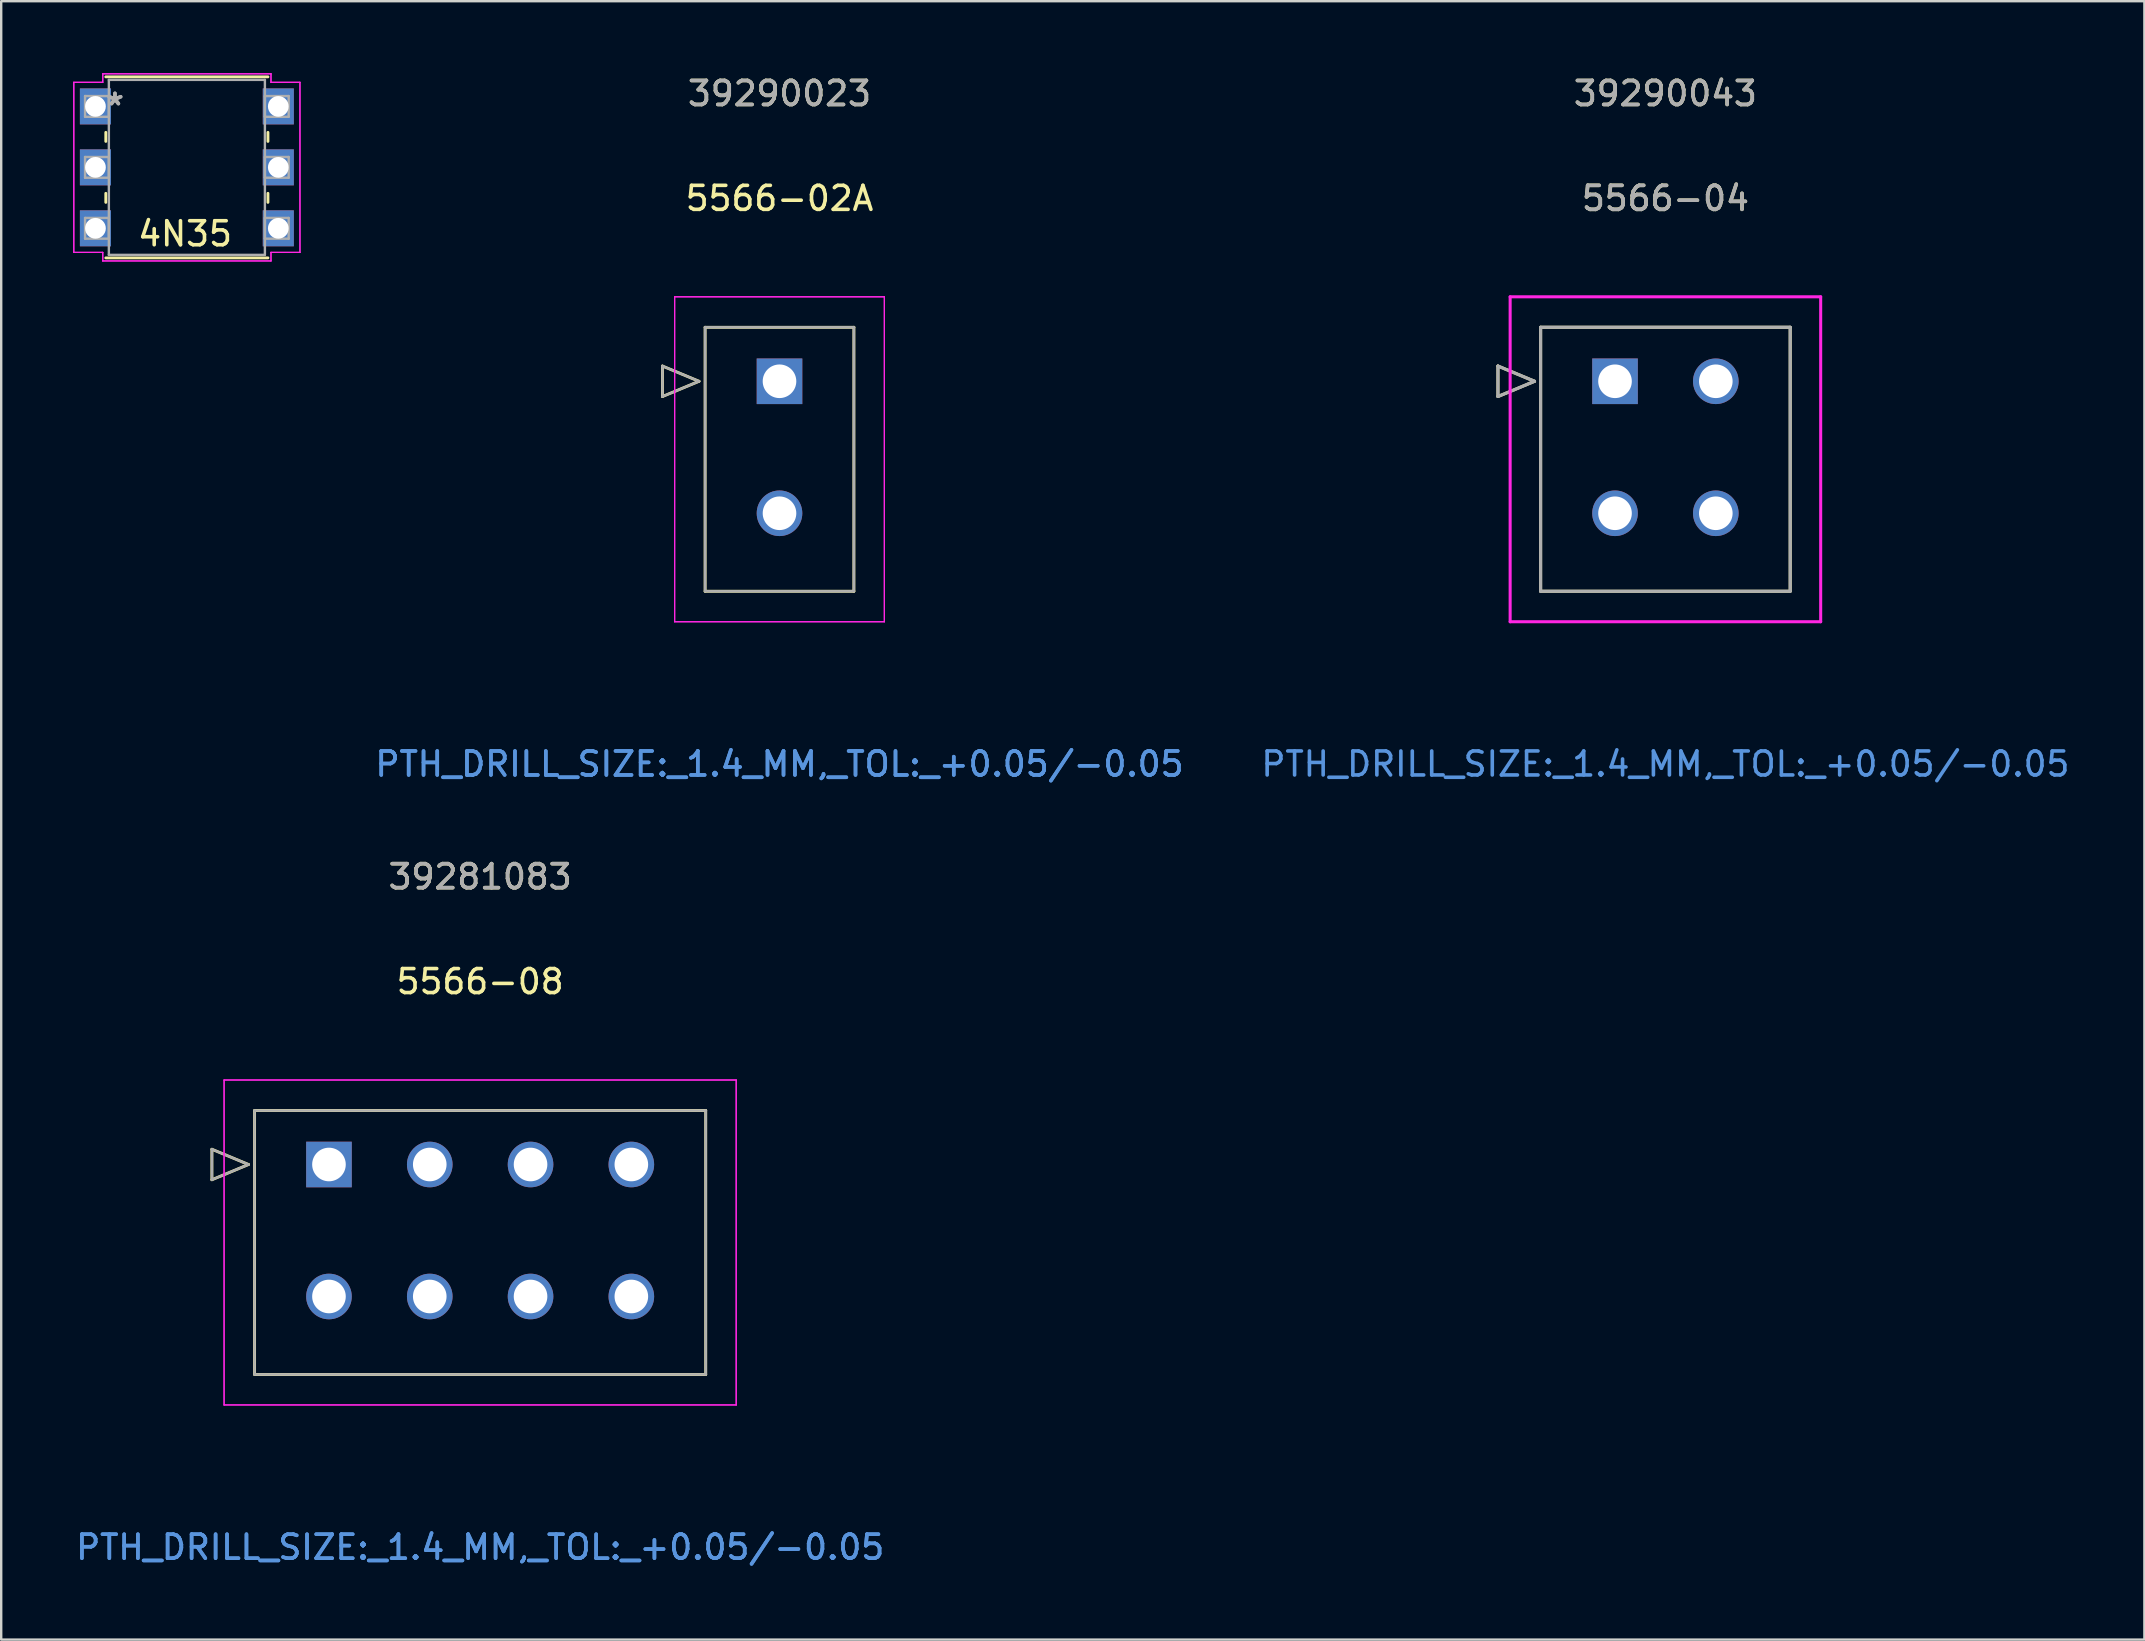
<source format=kicad_pcb>
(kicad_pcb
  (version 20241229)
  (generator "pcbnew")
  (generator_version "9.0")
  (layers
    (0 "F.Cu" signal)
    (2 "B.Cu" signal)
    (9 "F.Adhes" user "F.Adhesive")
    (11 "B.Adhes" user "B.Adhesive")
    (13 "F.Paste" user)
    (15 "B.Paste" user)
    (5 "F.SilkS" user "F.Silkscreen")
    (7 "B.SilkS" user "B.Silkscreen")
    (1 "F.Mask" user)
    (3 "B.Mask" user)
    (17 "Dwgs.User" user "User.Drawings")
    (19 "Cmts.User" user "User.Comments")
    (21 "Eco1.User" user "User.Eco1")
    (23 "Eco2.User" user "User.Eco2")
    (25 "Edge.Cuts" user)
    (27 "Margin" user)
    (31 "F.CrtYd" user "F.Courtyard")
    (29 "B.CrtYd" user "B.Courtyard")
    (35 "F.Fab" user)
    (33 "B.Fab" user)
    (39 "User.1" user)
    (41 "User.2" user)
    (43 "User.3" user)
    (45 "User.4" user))
  (footprint "4N35"
    (layer "F.Cu")
    (at 0.927 1.384)
    (property "Reference" "4N35" (at 3.734 5.309 0) (layer "F.SilkS") (effects (font (size 1 1) (thickness 0.15))))
    (attr through_hole)
    (fp_line (start 0.432 1.082) (end 0.432 1.458) (stroke (width 0.12) (type solid)) (layer "F.SilkS"))
    (fp_line (start 0.432 3.622) (end 0.432 3.998) (stroke (width 0.12) (type solid)) (layer "F.SilkS"))
    (fp_line (start 0.432 6.312) (end 7.188 6.312) (stroke (width 0.12) (type solid)) (layer "F.SilkS"))
    (fp_line (start 7.188 -1.232) (end 0.432 -1.232) (stroke (width 0.12) (type solid)) (layer "F.SilkS"))
    (fp_line (start 7.188 1.458) (end 7.188 1.082) (stroke (width 0.12) (type solid)) (layer "F.SilkS"))
    (fp_line (start 7.188 3.998) (end 7.188 3.622) (stroke (width 0.12) (type solid)) (layer "F.SilkS"))
    (fp_line (start -0.902 -1.003) (end -0.902 6.083) (stroke (width 0.05) (type solid)) (layer "F.CrtYd"))
    (fp_line (start -0.902 -1.003) (end 0.305 -1.003) (stroke (width 0.05) (type solid)) (layer "F.CrtYd"))
    (fp_line (start -0.902 6.083) (end -0.902 -1.003) (stroke (width 0.05) (type solid)) (layer "F.CrtYd"))
    (fp_line (start -0.902 6.083) (end 0.305 6.083) (stroke (width 0.05) (type solid)) (layer "F.CrtYd"))
    (fp_line (start 0.305 -1.359) (end 0.305 -1.003) (stroke (width 0.05) (type solid)) (layer "F.CrtYd"))
    (fp_line (start 0.305 -1.359) (end 7.315 -1.359) (stroke (width 0.05) (type solid)) (layer "F.CrtYd"))
    (fp_line (start 0.305 -1.003) (end -0.902 -1.003) (stroke (width 0.05) (type solid)) (layer "F.CrtYd"))
    (fp_line (start 0.305 -1.003) (end 0.305 -1.359) (stroke (width 0.05) (type solid)) (layer "F.CrtYd"))
    (fp_line (start 0.305 6.083) (end -0.902 6.083) (stroke (width 0.05) (type solid)) (layer "F.CrtYd"))
    (fp_line (start 0.305 6.083) (end 0.305 6.439) (stroke (width 0.05) (type solid)) (layer "F.CrtYd"))
    (fp_line (start 0.305 6.439) (end 0.305 6.083) (stroke (width 0.05) (type solid)) (layer "F.CrtYd"))
    (fp_line (start 0.305 6.439) (end 7.315 6.439) (stroke (width 0.05) (type solid)) (layer "F.CrtYd"))
    (fp_line (start 7.315 -1.359) (end 0.305 -1.359) (stroke (width 0.05) (type solid)) (layer "F.CrtYd"))
    (fp_line (start 7.315 -1.359) (end 7.315 -1.003) (stroke (width 0.05) (type solid)) (layer "F.CrtYd"))
    (fp_line (start 7.315 -1.003) (end 7.315 -1.359) (stroke (width 0.05) (type solid)) (layer "F.CrtYd"))
    (fp_line (start 7.315 6.083) (end 7.315 6.439) (stroke (width 0.05) (type solid)) (layer "F.CrtYd"))
    (fp_line (start 7.315 6.083) (end 8.522 6.083) (stroke (width 0.05) (type solid)) (layer "F.CrtYd"))
    (fp_line (start 7.315 6.439) (end 0.305 6.439) (stroke (width 0.05) (type solid)) (layer "F.CrtYd"))
    (fp_line (start 7.315 6.439) (end 7.315 6.083) (stroke (width 0.05) (type solid)) (layer "F.CrtYd"))
    (fp_line (start 8.522 -1.003) (end 7.315 -1.003) (stroke (width 0.05) (type solid)) (layer "F.CrtYd"))
    (fp_line (start 8.522 -1.003) (end 7.315 -1.003) (stroke (width 0.05) (type solid)) (layer "F.CrtYd"))
    (fp_line (start 8.522 -1.003) (end 8.522 6.083) (stroke (width 0.05) (type solid)) (layer "F.CrtYd"))
    (fp_line (start 8.522 6.083) (end 7.315 6.083) (stroke (width 0.05) (type solid)) (layer "F.CrtYd"))
    (fp_line (start 8.522 6.083) (end 8.522 -1.003) (stroke (width 0.05) (type solid)) (layer "F.CrtYd"))
    (fp_line (start -0.432 -0.432) (end -0.432 0.432) (stroke (width 0.1) (type solid)) (layer "F.Fab"))
    (fp_line (start -0.432 0.432) (end 0.559 0.432) (stroke (width 0.1) (type solid)) (layer "F.Fab"))
    (fp_line (start -0.432 2.108) (end -0.432 2.972) (stroke (width 0.1) (type solid)) (layer "F.Fab"))
    (fp_line (start -0.432 2.972) (end 0.559 2.972) (stroke (width 0.1) (type solid)) (layer "F.Fab"))
    (fp_line (start -0.432 4.648) (end -0.432 5.512) (stroke (width 0.1) (type solid)) (layer "F.Fab"))
    (fp_line (start -0.432 5.512) (end 0.559 5.512) (stroke (width 0.1) (type solid)) (layer "F.Fab"))
    (fp_line (start 0.559 -1.105) (end 0.559 6.185) (stroke (width 0.1) (type solid)) (layer "F.Fab"))
    (fp_line (start 0.559 -0.432) (end -0.432 -0.432) (stroke (width 0.1) (type solid)) (layer "F.Fab"))
    (fp_line (start 0.559 0.432) (end 0.559 -0.432) (stroke (width 0.1) (type solid)) (layer "F.Fab"))
    (fp_line (start 0.559 2.108) (end -0.432 2.108) (stroke (width 0.1) (type solid)) (layer "F.Fab"))
    (fp_line (start 0.559 2.972) (end 0.559 2.108) (stroke (width 0.1) (type solid)) (layer "F.Fab"))
    (fp_line (start 0.559 4.648) (end -0.432 4.648) (stroke (width 0.1) (type solid)) (layer "F.Fab"))
    (fp_line (start 0.559 5.512) (end 0.559 4.648) (stroke (width 0.1) (type solid)) (layer "F.Fab"))
    (fp_line (start 0.559 6.185) (end 7.061 6.185) (stroke (width 0.1) (type solid)) (layer "F.Fab"))
    (fp_line (start 7.061 -1.105) (end 0.559 -1.105) (stroke (width 0.1) (type solid)) (layer "F.Fab"))
    (fp_line (start 7.061 -0.432) (end 7.061 0.432) (stroke (width 0.1) (type solid)) (layer "F.Fab"))
    (fp_line (start 7.061 0.432) (end 8.052 0.432) (stroke (width 0.1) (type solid)) (layer "F.Fab"))
    (fp_line (start 7.061 2.108) (end 7.061 2.972) (stroke (width 0.1) (type solid)) (layer "F.Fab"))
    (fp_line (start 7.061 2.972) (end 8.052 2.972) (stroke (width 0.1) (type solid)) (layer "F.Fab"))
    (fp_line (start 7.061 4.648) (end 7.061 5.512) (stroke (width 0.1) (type solid)) (layer "F.Fab"))
    (fp_line (start 7.061 5.512) (end 8.052 5.512) (stroke (width 0.1) (type solid)) (layer "F.Fab"))
    (fp_line (start 7.061 6.185) (end 7.061 -1.105) (stroke (width 0.1) (type solid)) (layer "F.Fab"))
    (fp_line (start 8.052 -0.432) (end 7.061 -0.432) (stroke (width 0.1) (type solid)) (layer "F.Fab"))
    (fp_line (start 8.052 0.432) (end 8.052 -0.432) (stroke (width 0.1) (type solid)) (layer "F.Fab"))
    (fp_line (start 8.052 2.108) (end 7.061 2.108) (stroke (width 0.1) (type solid)) (layer "F.Fab"))
    (fp_line (start 8.052 2.972) (end 8.052 2.108) (stroke (width 0.1) (type solid)) (layer "F.Fab"))
    (fp_line (start 8.052 4.648) (end 7.061 4.648) (stroke (width 0.1) (type solid)) (layer "F.Fab"))
    (fp_line (start 8.052 5.512) (end 8.052 4.648) (stroke (width 0.1) (type solid)) (layer "F.Fab"))
    (fp_text user "*" (at 0.813 0 0) (layer "F.Fab") (effects (font (size 1 1) (thickness 0.15))))
    (fp_text user "*" (at 0.813 0 0) (layer "F.Fab") (effects (font (size 1 1) (thickness 0.15))))
    (pad "1" thru_hole rect (at 0 0) (size 1.295 1.499) (drill 0.864) (layers "*.Cu" "*.Mask"))
    (pad "2" thru_hole rect (at 0 2.54) (size 1.295 1.499) (drill 0.864) (layers "*.Cu" "*.Mask"))
    (pad "3" thru_hole rect (at 0 5.08) (size 1.295 1.499) (drill 0.864) (layers "*.Cu" "*.Mask"))
    (pad "4" thru_hole rect (at 7.62 5.08) (size 1.295 1.499) (drill 0.864) (layers "*.Cu" "*.Mask"))
    (pad "5" thru_hole rect (at 7.62 2.54) (size 1.295 1.499) (drill 0.864) (layers "*.Cu" "*.Mask"))
    (pad "6" thru_hole rect (at 7.62 0) (size 1.295 1.499) (drill 0.864) (layers "*.Cu" "*.Mask")))
  (footprint "5566-04"
    (layer "F.Cu")
    (at 64.248 12.838)
    (property "Reference" "5566-04" (at 2.1 -7.62 0) (unlocked yes) (layer "F.SilkS") (effects (font (size 1 1) (thickness 0.15))))
    (attr through_hole)
    (fp_line (start -4.878 -0.635) (end -4.878 0.635) (stroke (width 0.127) (type solid)) (layer "F.SilkS"))
    (fp_line (start -4.878 0.635) (end -3.354 0) (stroke (width 0.127) (type solid)) (layer "F.SilkS"))
    (fp_line (start -3.354 0) (end -4.878 -0.635) (stroke (width 0.127) (type solid)) (layer "F.SilkS"))
    (fp_line (start -3.1 -2.25) (end -3.1 8.75) (stroke (width 0.127) (type solid)) (layer "F.SilkS"))
    (fp_line (start -3.1 8.75) (end 7.3 8.75) (stroke (width 0.127) (type solid)) (layer "F.SilkS"))
    (fp_line (start 7.3 -2.25) (end -3.1 -2.25) (stroke (width 0.127) (type solid)) (layer "F.SilkS"))
    (fp_line (start 7.3 8.75) (end 7.3 -2.25) (stroke (width 0.127) (type solid)) (layer "F.SilkS"))
    (fp_line (start -4.37 -3.52) (end -4.37 10.02) (stroke (width 0.127) (type solid)) (layer "F.CrtYd"))
    (fp_line (start -4.37 10.02) (end 8.57 10.02) (stroke (width 0.127) (type solid)) (layer "F.CrtYd"))
    (fp_line (start 8.57 -3.52) (end -4.37 -3.52) (stroke (width 0.127) (type solid)) (layer "F.CrtYd"))
    (fp_line (start 8.57 10.02) (end 8.57 -3.52) (stroke (width 0.127) (type solid)) (layer "F.CrtYd"))
    (fp_line (start -4.878 -0.635) (end -4.878 0.635) (stroke (width 0.127) (type solid)) (layer "F.Fab"))
    (fp_line (start -4.878 0.635) (end -3.354 0) (stroke (width 0.127) (type solid)) (layer "F.Fab"))
    (fp_line (start -3.354 0) (end -4.878 -0.635) (stroke (width 0.127) (type solid)) (layer "F.Fab"))
    (fp_line (start -3.1 -2.25) (end -3.1 8.75) (stroke (width 0.127) (type solid)) (layer "F.Fab"))
    (fp_line (start -3.1 8.75) (end 7.3 8.75) (stroke (width 0.127) (type solid)) (layer "F.Fab"))
    (fp_line (start 7.3 -2.25) (end -3.1 -2.25) (stroke (width 0.127) (type solid)) (layer "F.Fab"))
    (fp_line (start 7.3 8.75) (end 7.3 -2.25) (stroke (width 0.127) (type solid)) (layer "F.Fab"))
    (fp_text user "39290043" (at 2.1 -11.99 0) (unlocked yes) (layer "F.SilkS") (effects (font (size 1 1) (thickness 0.15))))
    (fp_text user "PTH_DRILL_SIZE:_1.4_MM,_TOL:_+0.05/-0.05" (at 2.1 15.95 0) (unlocked yes) (layer "Cmts.User") (effects (font (size 1 1) (thickness 0.15))))
    (fp_text user "39290043" (at 2.1 -11.99 0) (unlocked yes) (layer "F.Fab") (effects (font (size 1 1) (thickness 0.15))))
    (fp_text user "${REFERENCE}" (at 2.1 -7.62 0) (unlocked yes) (layer "F.Fab") (effects (font (size 1 1) (thickness 0.15))))
    (pad "1" thru_hole rect (at 0 0) (size 1.9 1.9) (drill 1.4) (layers "*.Cu" "*.Mask"))
    (pad "2" thru_hole circle (at 4.2 0) (size 1.9 1.9) (drill 1.4) (layers "*.Cu" "*.Mask"))
    (pad "3" thru_hole circle (at 0 5.5) (size 1.9 1.9) (drill 1.4) (layers "*.Cu" "*.Mask"))
    (pad "4" thru_hole circle (at 4.2 5.5) (size 1.9 1.9) (drill 1.4) (layers "*.Cu" "*.Mask")))
  (footprint "5566-02A"
    (layer "F.Cu")
    (at 29.432 12.838)
    (property "Reference" "5566-02A" (at 0 -7.62 0) (layer "F.SilkS") (effects (font (size 1 1) (thickness 0.15))))
    (attr through_hole)
    (fp_line (start -4.878 -0.635) (end -4.878 0.635) (stroke (width 0.12) (type solid)) (layer "F.SilkS"))
    (fp_line (start -4.878 0.635) (end -3.354 0) (stroke (width 0.12) (type solid)) (layer "F.SilkS"))
    (fp_line (start -3.354 0) (end -4.878 -0.635) (stroke (width 0.12) (type solid)) (layer "F.SilkS"))
    (fp_line (start -3.1 -2.25) (end -3.1 8.75) (stroke (width 0.12) (type solid)) (layer "F.SilkS"))
    (fp_line (start -3.1 8.75) (end 3.1 8.75) (stroke (width 0.12) (type solid)) (layer "F.SilkS"))
    (fp_line (start 3.1 -2.25) (end -3.1 -2.25) (stroke (width 0.12) (type solid)) (layer "F.SilkS"))
    (fp_line (start 3.1 8.75) (end 3.1 -2.25) (stroke (width 0.12) (type solid)) (layer "F.SilkS"))
    (fp_line (start -4.37 -3.52) (end -4.37 10.02) (stroke (width 0.05) (type solid)) (layer "F.CrtYd"))
    (fp_line (start -4.37 -3.52) (end -4.37 10.02) (stroke (width 0.05) (type solid)) (layer "F.CrtYd"))
    (fp_line (start -4.37 10.02) (end 4.37 10.02) (stroke (width 0.05) (type solid)) (layer "F.CrtYd"))
    (fp_line (start -4.37 10.02) (end 4.37 10.02) (stroke (width 0.05) (type solid)) (layer "F.CrtYd"))
    (fp_line (start 4.37 -3.52) (end -4.37 -3.52) (stroke (width 0.05) (type solid)) (layer "F.CrtYd"))
    (fp_line (start 4.37 -3.52) (end -4.37 -3.52) (stroke (width 0.05) (type solid)) (layer "F.CrtYd"))
    (fp_line (start 4.37 10.02) (end 4.37 -3.52) (stroke (width 0.05) (type solid)) (layer "F.CrtYd"))
    (fp_line (start 4.37 10.02) (end 4.37 -3.52) (stroke (width 0.05) (type solid)) (layer "F.CrtYd"))
    (fp_line (start -4.878 -0.635) (end -4.878 0.635) (stroke (width 0.1) (type solid)) (layer "F.Fab"))
    (fp_line (start -4.878 0.635) (end -3.354 0) (stroke (width 0.1) (type solid)) (layer "F.Fab"))
    (fp_line (start -3.354 0) (end -4.878 -0.635) (stroke (width 0.1) (type solid)) (layer "F.Fab"))
    (fp_line (start -3.1 -2.25) (end -3.1 8.75) (stroke (width 0.1) (type solid)) (layer "F.Fab"))
    (fp_line (start -3.1 8.75) (end 3.1 8.75) (stroke (width 0.1) (type solid)) (layer "F.Fab"))
    (fp_line (start 3.1 -2.25) (end -3.1 -2.25) (stroke (width 0.1) (type solid)) (layer "F.Fab"))
    (fp_line (start 3.1 8.75) (end 3.1 -2.25) (stroke (width 0.1) (type solid)) (layer "F.Fab"))
    (fp_text user "39290023" (at 0 -11.99 0) (layer "F.SilkS") (effects (font (size 1 1) (thickness 0.15))))
    (fp_text user "*" (at 0 0 0) (layer "F.SilkS") (effects (font (size 1 1) (thickness 0.15))))
    (fp_text user "PTH_DRILL_SIZE:_1.4_MM,_TOL:_+0.05/-0.05" (at 0 15.95 0) (layer "Cmts.User") (effects (font (size 1 1) (thickness 0.15))))
    (fp_text user "Copyright 2021 Accelerated Designs. All rights reserved." (at 0 0 0) (layer "Cmts.User") (effects (font (size 0.127 0.127) (thickness 0.002))))
    (fp_text user "PTH_DRILL_SIZE:_1.4_MM,_TOL:_+0.05/-0.05" (at 0 15.95 0) (layer "Cmts.User") (effects (font (size 1 1) (thickness 0.15))))
    (fp_text user "39290023" (at 0 -11.99 0) (layer "F.Fab") (effects (font (size 1 1) (thickness 0.15))))
    (fp_text user "*" (at 0 0 0) (layer "F.Fab") (effects (font (size 1 1) (thickness 0.15))))
    (pad "1" thru_hole rect (at 0 0) (size 1.9 1.9) (drill 1.4) (layers "*.Cu" "*.Mask"))
    (pad "2" thru_hole circle (at 0 5.5) (size 1.9 1.9) (drill 1.4) (layers "*.Cu" "*.Mask")))
  (footprint "5566-08"
    (layer "F.Cu")
    (at 10.658 45.475)
    (property "Reference" "5566-08" (at 6.3 -7.62 0) (layer "F.SilkS") (effects (font (size 1 1) (thickness 0.15))))
    (attr through_hole)
    (fp_line (start -4.878 -0.635) (end -4.878 0.635) (stroke (width 0.12) (type solid)) (layer "F.SilkS"))
    (fp_line (start -4.878 0.635) (end -3.354 0) (stroke (width 0.12) (type solid)) (layer "F.SilkS"))
    (fp_line (start -3.354 0) (end -4.878 -0.635) (stroke (width 0.12) (type solid)) (layer "F.SilkS"))
    (fp_line (start -3.1 -2.25) (end -3.1 8.75) (stroke (width 0.12) (type solid)) (layer "F.SilkS"))
    (fp_line (start -3.1 8.75) (end 15.7 8.75) (stroke (width 0.12) (type solid)) (layer "F.SilkS"))
    (fp_line (start 15.7 -2.25) (end -3.1 -2.25) (stroke (width 0.12) (type solid)) (layer "F.SilkS"))
    (fp_line (start 15.7 8.75) (end 15.7 -2.25) (stroke (width 0.12) (type solid)) (layer "F.SilkS"))
    (fp_line (start -4.37 -3.52) (end -4.37 10.02) (stroke (width 0.05) (type solid)) (layer "F.CrtYd"))
    (fp_line (start -4.37 -3.52) (end -4.37 10.02) (stroke (width 0.05) (type solid)) (layer "F.CrtYd"))
    (fp_line (start -4.37 10.02) (end 16.97 10.02) (stroke (width 0.05) (type solid)) (layer "F.CrtYd"))
    (fp_line (start -4.37 10.02) (end 16.97 10.02) (stroke (width 0.05) (type solid)) (layer "F.CrtYd"))
    (fp_line (start 16.97 -3.52) (end -4.37 -3.52) (stroke (width 0.05) (type solid)) (layer "F.CrtYd"))
    (fp_line (start 16.97 -3.52) (end -4.37 -3.52) (stroke (width 0.05) (type solid)) (layer "F.CrtYd"))
    (fp_line (start 16.97 10.02) (end 16.97 -3.52) (stroke (width 0.05) (type solid)) (layer "F.CrtYd"))
    (fp_line (start 16.97 10.02) (end 16.97 -3.52) (stroke (width 0.05) (type solid)) (layer "F.CrtYd"))
    (fp_line (start -4.878 -0.635) (end -4.878 0.635) (stroke (width 0.1) (type solid)) (layer "F.Fab"))
    (fp_line (start -4.878 0.635) (end -3.354 0) (stroke (width 0.1) (type solid)) (layer "F.Fab"))
    (fp_line (start -3.354 0) (end -4.878 -0.635) (stroke (width 0.1) (type solid)) (layer "F.Fab"))
    (fp_line (start -3.1 -2.25) (end -3.1 8.75) (stroke (width 0.1) (type solid)) (layer "F.Fab"))
    (fp_line (start -3.1 8.75) (end 15.7 8.75) (stroke (width 0.1) (type solid)) (layer "F.Fab"))
    (fp_line (start 15.7 -2.25) (end -3.1 -2.25) (stroke (width 0.1) (type solid)) (layer "F.Fab"))
    (fp_line (start 15.7 8.75) (end 15.7 -2.25) (stroke (width 0.1) (type solid)) (layer "F.Fab"))
    (fp_text user "39281083" (at 6.3 -11.99 0) (layer "F.SilkS") (effects (font (size 1 1) (thickness 0.15))))
    (fp_text user "*" (at 0 0 0) (layer "F.SilkS") (effects (font (size 1 1) (thickness 0.15))))
    (fp_text user "PTH_DRILL_SIZE:_1.4_MM,_TOL:_+0.05/-0.05" (at 6.3 15.95 0) (layer "Cmts.User") (effects (font (size 1 1) (thickness 0.15))))
    (fp_text user "Copyright 2021 Accelerated Designs. All rights reserved." (at 0 0 0) (layer "Cmts.User") (effects (font (size 0.127 0.127) (thickness 0.002))))
    (fp_text user "PTH_DRILL_SIZE:_1.4_MM,_TOL:_+0.05/-0.05" (at 6.3 15.95 0) (layer "Cmts.User") (effects (font (size 1 1) (thickness 0.15))))
    (fp_text user "*" (at 0 0 0) (layer "F.Fab") (effects (font (size 1 1) (thickness 0.15))))
    (fp_text user "39281083" (at 6.3 -11.99 0) (layer "F.Fab") (effects (font (size 1 1) (thickness 0.15))))
    (pad "1" thru_hole rect (at 0 0) (size 1.9 1.9) (drill 1.4) (layers "*.Cu" "*.Mask"))
    (pad "2" thru_hole circle (at 4.2 0) (size 1.9 1.9) (drill 1.4) (layers "*.Cu" "*.Mask"))
    (pad "3" thru_hole circle (at 8.4 0) (size 1.9 1.9) (drill 1.4) (layers "*.Cu" "*.Mask"))
    (pad "4" thru_hole circle (at 12.6 0) (size 1.9 1.9) (drill 1.4) (layers "*.Cu" "*.Mask"))
    (pad "5" thru_hole circle (at 0 5.5) (size 1.9 1.9) (drill 1.4) (layers "*.Cu" "*.Mask"))
    (pad "6" thru_hole circle (at 4.2 5.5) (size 1.9 1.9) (drill 1.4) (layers "*.Cu" "*.Mask"))
    (pad "7" thru_hole circle (at 8.4 5.5) (size 1.9 1.9) (drill 1.4) (layers "*.Cu" "*.Mask"))
    (pad "8" thru_hole circle (at 12.6 5.5) (size 1.9 1.9) (drill 1.4) (layers "*.Cu" "*.Mask")))
  (gr_rect
    (start -3 -3)
    (end 86.307 65.273)
    (stroke (width 0.1) (type default))
    (fill no)
    (layer "Edge.Cuts")))
</source>
